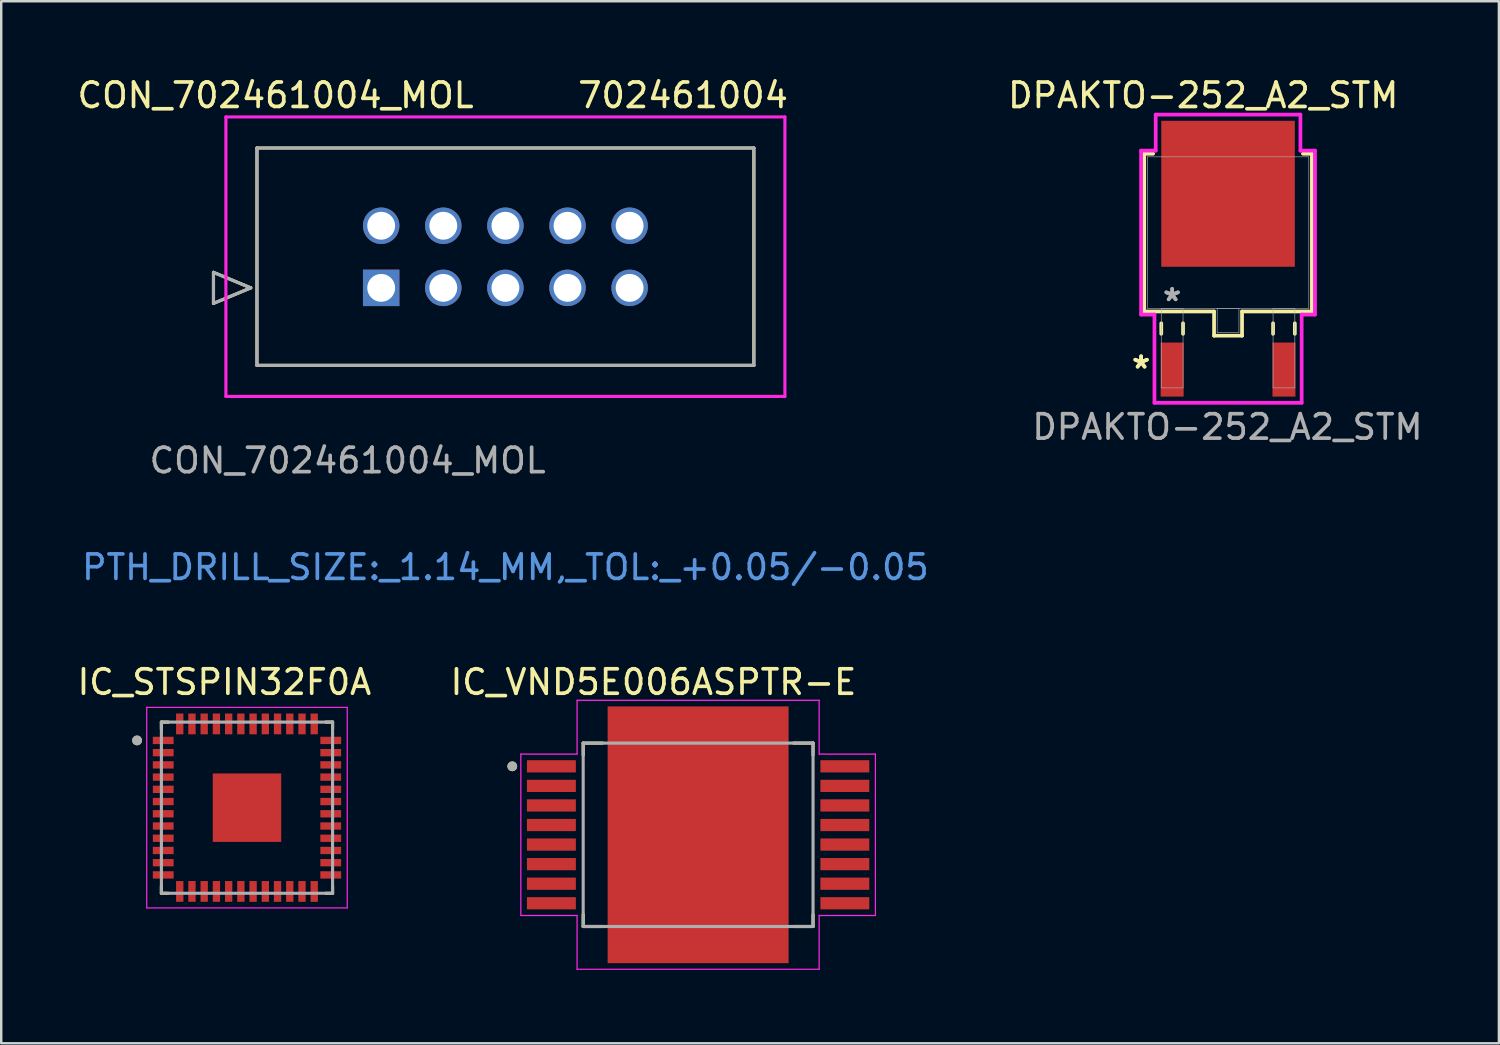
<source format=kicad_pcb>
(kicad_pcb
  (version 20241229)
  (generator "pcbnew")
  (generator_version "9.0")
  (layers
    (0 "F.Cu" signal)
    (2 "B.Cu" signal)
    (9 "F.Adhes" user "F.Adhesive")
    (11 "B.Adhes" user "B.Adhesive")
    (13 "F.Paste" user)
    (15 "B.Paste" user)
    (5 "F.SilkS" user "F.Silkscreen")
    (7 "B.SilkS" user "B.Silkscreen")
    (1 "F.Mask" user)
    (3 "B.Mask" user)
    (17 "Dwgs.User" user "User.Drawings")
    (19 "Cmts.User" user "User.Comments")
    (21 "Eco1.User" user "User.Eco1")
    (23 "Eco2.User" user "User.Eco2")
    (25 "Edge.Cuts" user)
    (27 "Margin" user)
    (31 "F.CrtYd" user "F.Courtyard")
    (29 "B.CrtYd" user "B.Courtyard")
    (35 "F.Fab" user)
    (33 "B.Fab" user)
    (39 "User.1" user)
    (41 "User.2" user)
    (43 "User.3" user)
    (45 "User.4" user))
  (footprint "DPAKTO-252_A2_STM"
    (layer "F.Cu")
    (at 47.17 6.462)
    (property "Reference" "DPAKTO-252_A2_STM" (at -1.016 -5.613 0) (unlocked yes) (layer "F.SilkS") (effects (font (size 1 1) (thickness 0.15))))
    (attr smd)
    (fp_line (start -3.429 -3.226) (end -3.429 3.226) (stroke (width 0.152) (type solid)) (layer "F.SilkS"))
    (fp_line (start -3.429 3.226) (end -0.572 3.226) (stroke (width 0.152) (type solid)) (layer "F.SilkS"))
    (fp_line (start -3.063 -3.226) (end -3.429 -3.226) (stroke (width 0.152) (type solid)) (layer "F.SilkS"))
    (fp_line (start -2.731 3.708) (end -2.731 4.14) (stroke (width 0.152) (type solid)) (layer "F.SilkS"))
    (fp_line (start -1.841 3.708) (end -1.841 4.14) (stroke (width 0.152) (type solid)) (layer "F.SilkS"))
    (fp_line (start -0.572 3.226) (end -0.572 4.216) (stroke (width 0.152) (type solid)) (layer "F.SilkS"))
    (fp_line (start -0.572 4.216) (end 0.572 4.216) (stroke (width 0.152) (type solid)) (layer "F.SilkS"))
    (fp_line (start 0.572 3.226) (end 3.429 3.226) (stroke (width 0.152) (type solid)) (layer "F.SilkS"))
    (fp_line (start 0.572 4.216) (end 0.572 3.226) (stroke (width 0.152) (type solid)) (layer "F.SilkS"))
    (fp_line (start 1.841 3.708) (end 1.841 4.14) (stroke (width 0.152) (type solid)) (layer "F.SilkS"))
    (fp_line (start 2.731 3.708) (end 2.731 4.14) (stroke (width 0.152) (type solid)) (layer "F.SilkS"))
    (fp_line (start 3.429 -3.226) (end 3.063 -3.226) (stroke (width 0.152) (type solid)) (layer "F.SilkS"))
    (fp_line (start 3.429 3.226) (end 3.429 -3.226) (stroke (width 0.152) (type solid)) (layer "F.SilkS"))
    (fp_line (start -3.556 -3.353) (end -2.959 -3.353) (stroke (width 0.152) (type solid)) (layer "F.CrtYd"))
    (fp_line (start -3.556 3.353) (end -3.556 -3.353) (stroke (width 0.152) (type solid)) (layer "F.CrtYd"))
    (fp_line (start -3.01 3.353) (end -3.556 3.353) (stroke (width 0.152) (type solid)) (layer "F.CrtYd"))
    (fp_line (start -3.01 6.96) (end -3.01 3.353) (stroke (width 0.152) (type solid)) (layer "F.CrtYd"))
    (fp_line (start -2.959 -4.826) (end 2.959 -4.826) (stroke (width 0.152) (type solid)) (layer "F.CrtYd"))
    (fp_line (start -2.959 -3.353) (end -2.959 -4.826) (stroke (width 0.152) (type solid)) (layer "F.CrtYd"))
    (fp_line (start 2.959 -4.826) (end 2.959 -3.353) (stroke (width 0.152) (type solid)) (layer "F.CrtYd"))
    (fp_line (start 2.959 -3.353) (end 3.556 -3.353) (stroke (width 0.152) (type solid)) (layer "F.CrtYd"))
    (fp_line (start 3.01 3.353) (end 3.01 6.96) (stroke (width 0.152) (type solid)) (layer "F.CrtYd"))
    (fp_line (start 3.01 6.96) (end -3.01 6.96) (stroke (width 0.152) (type solid)) (layer "F.CrtYd"))
    (fp_line (start 3.556 -3.353) (end 3.556 3.353) (stroke (width 0.152) (type solid)) (layer "F.CrtYd"))
    (fp_line (start 3.556 3.353) (end 3.01 3.353) (stroke (width 0.152) (type solid)) (layer "F.CrtYd"))
    (fp_line (start -3.302 -3.099) (end -3.302 3.099) (stroke (width 0.025) (type solid)) (layer "F.Fab"))
    (fp_line (start -3.302 3.099) (end 3.302 3.099) (stroke (width 0.025) (type solid)) (layer "F.Fab"))
    (fp_line (start -2.731 3.099) (end -2.731 6.35) (stroke (width 0.025) (type solid)) (layer "F.Fab"))
    (fp_line (start -2.731 6.35) (end -1.841 6.35) (stroke (width 0.025) (type solid)) (layer "F.Fab"))
    (fp_line (start -1.841 3.099) (end -2.731 3.099) (stroke (width 0.025) (type solid)) (layer "F.Fab"))
    (fp_line (start -1.841 6.35) (end -1.841 3.099) (stroke (width 0.025) (type solid)) (layer "F.Fab"))
    (fp_line (start -0.445 3.099) (end -0.445 4.089) (stroke (width 0.025) (type solid)) (layer "F.Fab"))
    (fp_line (start -0.445 4.089) (end 0.445 4.089) (stroke (width 0.025) (type solid)) (layer "F.Fab"))
    (fp_line (start 0.445 3.099) (end -0.445 3.099) (stroke (width 0.025) (type solid)) (layer "F.Fab"))
    (fp_line (start 0.445 4.089) (end 0.445 3.099) (stroke (width 0.025) (type solid)) (layer "F.Fab"))
    (fp_line (start 1.841 3.099) (end 1.841 6.35) (stroke (width 0.025) (type solid)) (layer "F.Fab"))
    (fp_line (start 1.841 6.35) (end 2.731 6.35) (stroke (width 0.025) (type solid)) (layer "F.Fab"))
    (fp_line (start 2.731 3.099) (end 1.841 3.099) (stroke (width 0.025) (type solid)) (layer "F.Fab"))
    (fp_line (start 2.731 6.35) (end 2.731 3.099) (stroke (width 0.025) (type solid)) (layer "F.Fab"))
    (fp_line (start 3.302 -3.099) (end -3.302 -3.099) (stroke (width 0.025) (type solid)) (layer "F.Fab"))
    (fp_line (start 3.302 3.099) (end 3.302 -3.099) (stroke (width 0.025) (type solid)) (layer "F.Fab"))
    (fp_text user "*" (at -3.556 5.601 0) (unlocked yes) (layer "F.SilkS") (effects (font (size 1 1) (thickness 0.15))))
    (fp_text user "*" (at -3.556 5.601 0) (layer "F.SilkS") (effects (font (size 1 1) (thickness 0.15))))
    (fp_text user "*" (at -2.286 2.845 0) (unlocked yes) (layer "F.Fab") (effects (font (size 1 1) (thickness 0.15))))
    (fp_text user "${REFERENCE}" (at -0.025 7.95 0) (unlocked yes) (layer "F.Fab") (effects (font (size 1 1) (thickness 0.15))))
    (fp_text user "*" (at -2.286 2.845 0) (layer "F.Fab") (effects (font (size 1 1) (thickness 0.15))))
    (pad "1" smd rect (at -2.286 5.601) (size 0.94 2.21) (layers "F.Cu" "F.Mask" "F.Paste"))
    (pad "2" smd rect (at 0 -1.587) (size 5.461 5.969) (layers "F.Cu" "F.Mask" "F.Paste"))
    (pad "3" smd rect (at 2.286 5.601) (size 0.94 2.21) (layers "F.Cu" "F.Mask" "F.Paste")))
  (footprint "IC_STSPIN32F0A"
    (layer "F.Cu")
    (at 7.05 29.979)
    (property "Reference" "IC_STSPIN32F0A" (at -0.925 -5.135 0) (layer "F.SilkS") (effects (font (size 1 1) (thickness 0.15))))
    (attr smd)
    (fp_line (start -3.5 -3.5) (end -3.5 -3.22) (stroke (width 0.127) (type solid)) (layer "F.SilkS"))
    (fp_line (start -3.5 -3.5) (end -3.22 -3.5) (stroke (width 0.127) (type solid)) (layer "F.SilkS"))
    (fp_line (start -3.5 3.5) (end -3.5 3.22) (stroke (width 0.127) (type solid)) (layer "F.SilkS"))
    (fp_line (start -3.5 3.5) (end -3.22 3.5) (stroke (width 0.127) (type solid)) (layer "F.SilkS"))
    (fp_line (start 3.5 -3.5) (end 3.22 -3.5) (stroke (width 0.127) (type solid)) (layer "F.SilkS"))
    (fp_line (start 3.5 -3.5) (end 3.5 -3.22) (stroke (width 0.127) (type solid)) (layer "F.SilkS"))
    (fp_line (start 3.5 3.5) (end 3.22 3.5) (stroke (width 0.127) (type solid)) (layer "F.SilkS"))
    (fp_line (start 3.5 3.5) (end 3.5 3.22) (stroke (width 0.127) (type solid)) (layer "F.SilkS"))
    (fp_circle (center -4.495 -2.75) (end -4.395 -2.75) (stroke (width 0.2) (type solid)) (fill no) (layer "F.SilkS"))
    (fp_poly (pts (xy -0.885 -0.885) (xy 0.885 -0.885) (xy 0.885 0.885) (xy -0.885 0.885)) (stroke (width 0.01) (type solid)) (fill yes) (layer "F.Paste"))
    (fp_line (start -4.1 -4.1) (end 4.1 -4.1) (stroke (width 0.05) (type solid)) (layer "F.CrtYd"))
    (fp_line (start -4.1 4.1) (end -4.1 -4.1) (stroke (width 0.05) (type solid)) (layer "F.CrtYd"))
    (fp_line (start -4.1 4.1) (end 4.1 4.1) (stroke (width 0.05) (type solid)) (layer "F.CrtYd"))
    (fp_line (start 4.1 4.1) (end 4.1 -4.1) (stroke (width 0.05) (type solid)) (layer "F.CrtYd"))
    (fp_line (start -3.5 3.5) (end -3.5 -3.5) (stroke (width 0.127) (type solid)) (layer "F.Fab"))
    (fp_line (start 3.5 -3.5) (end -3.5 -3.5) (stroke (width 0.127) (type solid)) (layer "F.Fab"))
    (fp_line (start 3.5 3.5) (end -3.5 3.5) (stroke (width 0.127) (type solid)) (layer "F.Fab"))
    (fp_line (start 3.5 3.5) (end 3.5 -3.5) (stroke (width 0.127) (type solid)) (layer "F.Fab"))
    (fp_circle (center -4.495 -2.75) (end -4.395 -2.75) (stroke (width 0.2) (type solid)) (fill no) (layer "F.Fab"))
    (pad "1" smd rect (at -3.425 -2.75) (size 0.85 0.3) (layers "F.Cu" "F.Mask" "F.Paste"))
    (pad "2" smd rect (at -3.425 -2.25) (size 0.85 0.3) (layers "F.Cu" "F.Mask" "F.Paste"))
    (pad "3" smd rect (at -3.425 -1.75) (size 0.85 0.3) (layers "F.Cu" "F.Mask" "F.Paste"))
    (pad "4" smd rect (at -3.425 -1.25) (size 0.85 0.3) (layers "F.Cu" "F.Mask" "F.Paste"))
    (pad "5" smd rect (at -3.425 -0.75) (size 0.85 0.3) (layers "F.Cu" "F.Mask" "F.Paste"))
    (pad "6" smd rect (at -3.425 -0.25) (size 0.85 0.3) (layers "F.Cu" "F.Mask" "F.Paste"))
    (pad "7" smd rect (at -3.425 0.25) (size 0.85 0.3) (layers "F.Cu" "F.Mask" "F.Paste"))
    (pad "8" smd rect (at -3.425 0.75) (size 0.85 0.3) (layers "F.Cu" "F.Mask" "F.Paste"))
    (pad "9" smd rect (at -3.425 1.25) (size 0.85 0.3) (layers "F.Cu" "F.Mask" "F.Paste"))
    (pad "10" smd rect (at -3.425 1.75) (size 0.85 0.3) (layers "F.Cu" "F.Mask" "F.Paste"))
    (pad "11" smd rect (at -3.425 2.25) (size 0.85 0.3) (layers "F.Cu" "F.Mask" "F.Paste"))
    (pad "12" smd rect (at -3.425 2.75) (size 0.85 0.3) (layers "F.Cu" "F.Mask" "F.Paste"))
    (pad "13" smd rect (at -2.75 3.425) (size 0.3 0.85) (layers "F.Cu" "F.Mask" "F.Paste"))
    (pad "14" smd rect (at -2.25 3.425) (size 0.3 0.85) (layers "F.Cu" "F.Mask" "F.Paste"))
    (pad "15" smd rect (at -1.75 3.425) (size 0.3 0.85) (layers "F.Cu" "F.Mask" "F.Paste"))
    (pad "16" smd rect (at -1.25 3.425) (size 0.3 0.85) (layers "F.Cu" "F.Mask" "F.Paste"))
    (pad "17" smd rect (at -0.75 3.425) (size 0.3 0.85) (layers "F.Cu" "F.Mask" "F.Paste"))
    (pad "18" smd rect (at -0.25 3.425) (size 0.3 0.85) (layers "F.Cu" "F.Mask" "F.Paste"))
    (pad "19" smd rect (at 0.25 3.425) (size 0.3 0.85) (layers "F.Cu" "F.Mask" "F.Paste"))
    (pad "20" smd rect (at 0.75 3.425) (size 0.3 0.85) (layers "F.Cu" "F.Mask" "F.Paste"))
    (pad "21" smd rect (at 1.25 3.425) (size 0.3 0.85) (layers "F.Cu" "F.Mask" "F.Paste"))
    (pad "22" smd rect (at 1.75 3.425) (size 0.3 0.85) (layers "F.Cu" "F.Mask" "F.Paste"))
    (pad "23" smd rect (at 2.25 3.425) (size 0.3 0.85) (layers "F.Cu" "F.Mask" "F.Paste"))
    (pad "24" smd rect (at 2.75 3.425) (size 0.3 0.85) (layers "F.Cu" "F.Mask" "F.Paste"))
    (pad "25" smd rect (at 3.425 2.75) (size 0.85 0.3) (layers "F.Cu" "F.Mask" "F.Paste"))
    (pad "26" smd rect (at 3.425 2.25) (size 0.85 0.3) (layers "F.Cu" "F.Mask" "F.Paste"))
    (pad "27" smd rect (at 3.425 1.75) (size 0.85 0.3) (layers "F.Cu" "F.Mask" "F.Paste"))
    (pad "28" smd rect (at 3.425 1.25) (size 0.85 0.3) (layers "F.Cu" "F.Mask" "F.Paste"))
    (pad "29" smd rect (at 3.425 0.75) (size 0.85 0.3) (layers "F.Cu" "F.Mask" "F.Paste"))
    (pad "30" smd rect (at 3.425 0.25) (size 0.85 0.3) (layers "F.Cu" "F.Mask" "F.Paste"))
    (pad "31" smd rect (at 3.425 -0.25) (size 0.85 0.3) (layers "F.Cu" "F.Mask" "F.Paste"))
    (pad "32" smd rect (at 3.425 -0.75) (size 0.85 0.3) (layers "F.Cu" "F.Mask" "F.Paste"))
    (pad "33" smd rect (at 3.425 -1.25) (size 0.85 0.3) (layers "F.Cu" "F.Mask" "F.Paste"))
    (pad "34" smd rect (at 3.425 -1.75) (size 0.85 0.3) (layers "F.Cu" "F.Mask" "F.Paste"))
    (pad "35" smd rect (at 3.425 -2.25) (size 0.85 0.3) (layers "F.Cu" "F.Mask" "F.Paste"))
    (pad "36" smd rect (at 3.425 -2.75) (size 0.85 0.3) (layers "F.Cu" "F.Mask" "F.Paste"))
    (pad "37" smd rect (at 2.75 -3.425) (size 0.3 0.85) (layers "F.Cu" "F.Mask" "F.Paste"))
    (pad "38" smd rect (at 2.25 -3.425) (size 0.3 0.85) (layers "F.Cu" "F.Mask" "F.Paste"))
    (pad "39" smd rect (at 1.75 -3.425) (size 0.3 0.85) (layers "F.Cu" "F.Mask" "F.Paste"))
    (pad "40" smd rect (at 1.25 -3.425) (size 0.3 0.85) (layers "F.Cu" "F.Mask" "F.Paste"))
    (pad "41" smd rect (at 0.75 -3.425) (size 0.3 0.85) (layers "F.Cu" "F.Mask" "F.Paste"))
    (pad "42" smd rect (at 0.25 -3.425) (size 0.3 0.85) (layers "F.Cu" "F.Mask" "F.Paste"))
    (pad "43" smd rect (at -0.25 -3.425) (size 0.3 0.85) (layers "F.Cu" "F.Mask" "F.Paste"))
    (pad "44" smd rect (at -0.75 -3.425) (size 0.3 0.85) (layers "F.Cu" "F.Mask" "F.Paste"))
    (pad "45" smd rect (at -1.25 -3.425) (size 0.3 0.85) (layers "F.Cu" "F.Mask" "F.Paste"))
    (pad "46" smd rect (at -1.75 -3.425) (size 0.3 0.85) (layers "F.Cu" "F.Mask" "F.Paste"))
    (pad "47" smd rect (at -2.25 -3.425) (size 0.3 0.85) (layers "F.Cu" "F.Mask" "F.Paste"))
    (pad "48" smd rect (at -2.75 -3.425) (size 0.3 0.85) (layers "F.Cu" "F.Mask" "F.Paste"))
    (pad "49" smd rect (at 0 0) (size 2.8 2.8) (layers "F.Cu" "F.Mask")))
  (footprint "IC_VND5E006ASPTR-E"
    (layer "F.Cu")
    (at 25.499 31.088)
    (property "Reference" "IC_VND5E006ASPTR-E" (at -1.827 -6.243 0) (layer "F.SilkS") (effects (font (size 1.001 1.001) (thickness 0.15))))
    (attr smd)
    (fp_line (start -4.7 -3.75) (end -4.7 -3.26) (stroke (width 0.127) (type solid)) (layer "F.SilkS"))
    (fp_line (start -4.7 3.75) (end -4.7 3.26) (stroke (width 0.127) (type solid)) (layer "F.SilkS"))
    (fp_line (start -3.9 -3.75) (end -4.7 -3.75) (stroke (width 0.127) (type solid)) (layer "F.SilkS"))
    (fp_line (start -3.9 3.75) (end -4.7 3.75) (stroke (width 0.127) (type solid)) (layer "F.SilkS"))
    (fp_line (start 3.9 -3.75) (end 4.7 -3.75) (stroke (width 0.127) (type solid)) (layer "F.SilkS"))
    (fp_line (start 3.9 3.75) (end 4.7 3.75) (stroke (width 0.127) (type solid)) (layer "F.SilkS"))
    (fp_line (start 4.7 -3.75) (end 4.7 -3.26) (stroke (width 0.127) (type solid)) (layer "F.SilkS"))
    (fp_line (start 4.7 3.75) (end 4.7 3.26) (stroke (width 0.127) (type solid)) (layer "F.SilkS"))
    (fp_circle (center -7.6 -2.8) (end -7.5 -2.8) (stroke (width 0.2) (type solid)) (fill no) (layer "F.SilkS"))
    (fp_poly (pts (xy -2.342 -3.32) (xy 2.34 -3.32) (xy 2.34 3.323) (xy -2.342 3.323)) (stroke (width 0.01) (type solid)) (fill yes) (layer "F.Paste"))
    (fp_line (start -7.25 -3.3) (end -4.95 -3.3) (stroke (width 0.05) (type solid)) (layer "F.CrtYd"))
    (fp_line (start -7.25 3.3) (end -7.25 -3.3) (stroke (width 0.05) (type solid)) (layer "F.CrtYd"))
    (fp_line (start -4.95 -5.5) (end 4.95 -5.5) (stroke (width 0.05) (type solid)) (layer "F.CrtYd"))
    (fp_line (start -4.95 -3.3) (end -4.95 -5.5) (stroke (width 0.05) (type solid)) (layer "F.CrtYd"))
    (fp_line (start -4.95 3.3) (end -7.25 3.3) (stroke (width 0.05) (type solid)) (layer "F.CrtYd"))
    (fp_line (start -4.95 5.5) (end -4.95 3.3) (stroke (width 0.05) (type solid)) (layer "F.CrtYd"))
    (fp_line (start 4.95 -5.5) (end 4.95 -3.3) (stroke (width 0.05) (type solid)) (layer "F.CrtYd"))
    (fp_line (start 4.95 -3.3) (end 7.25 -3.3) (stroke (width 0.05) (type solid)) (layer "F.CrtYd"))
    (fp_line (start 4.95 3.3) (end 4.95 5.5) (stroke (width 0.05) (type solid)) (layer "F.CrtYd"))
    (fp_line (start 4.95 5.5) (end -4.95 5.5) (stroke (width 0.05) (type solid)) (layer "F.CrtYd"))
    (fp_line (start 7.25 -3.3) (end 7.25 3.3) (stroke (width 0.05) (type solid)) (layer "F.CrtYd"))
    (fp_line (start 7.25 3.3) (end 4.95 3.3) (stroke (width 0.05) (type solid)) (layer "F.CrtYd"))
    (fp_line (start -4.7 -3.75) (end 4.7 -3.75) (stroke (width 0.127) (type solid)) (layer "F.Fab"))
    (fp_line (start -4.7 3.75) (end -4.7 -3.75) (stroke (width 0.127) (type solid)) (layer "F.Fab"))
    (fp_line (start 4.7 -3.75) (end 4.7 3.75) (stroke (width 0.127) (type solid)) (layer "F.Fab"))
    (fp_line (start 4.7 3.75) (end -4.7 3.75) (stroke (width 0.127) (type solid)) (layer "F.Fab"))
    (fp_circle (center -7.6 -2.8) (end -7.5 -2.8) (stroke (width 0.2) (type solid)) (fill no) (layer "F.Fab"))
    (pad "1" smd rect (at -6 -2.8) (size 2 0.5) (layers "F.Cu" "F.Mask" "F.Paste"))
    (pad "2" smd rect (at -6 -2) (size 2 0.5) (layers "F.Cu" "F.Mask" "F.Paste"))
    (pad "3" smd rect (at -6 -1.2) (size 2 0.5) (layers "F.Cu" "F.Mask" "F.Paste"))
    (pad "4" smd rect (at -6 -0.4) (size 2 0.5) (layers "F.Cu" "F.Mask" "F.Paste"))
    (pad "5" smd rect (at -6 0.4) (size 2 0.5) (layers "F.Cu" "F.Mask" "F.Paste"))
    (pad "6" smd rect (at -6 1.2) (size 2 0.5) (layers "F.Cu" "F.Mask" "F.Paste"))
    (pad "7" smd rect (at -6 2) (size 2 0.5) (layers "F.Cu" "F.Mask" "F.Paste"))
    (pad "8" smd rect (at -6 2.8) (size 2 0.5) (layers "F.Cu" "F.Mask" "F.Paste"))
    (pad "9" smd rect (at 6 2.8 180) (size 2 0.5) (layers "F.Cu" "F.Mask" "F.Paste"))
    (pad "10" smd rect (at 6 2 180) (size 2 0.5) (layers "F.Cu" "F.Mask" "F.Paste"))
    (pad "11" smd rect (at 6 1.2 180) (size 2 0.5) (layers "F.Cu" "F.Mask" "F.Paste"))
    (pad "12" smd rect (at 6 0.4 180) (size 2 0.5) (layers "F.Cu" "F.Mask" "F.Paste"))
    (pad "13" smd rect (at 6 -0.4 180) (size 2 0.5) (layers "F.Cu" "F.Mask" "F.Paste"))
    (pad "14" smd rect (at 6 -1.2 180) (size 2 0.5) (layers "F.Cu" "F.Mask" "F.Paste"))
    (pad "15" smd rect (at 6 -2 180) (size 2 0.5) (layers "F.Cu" "F.Mask" "F.Paste"))
    (pad "16" smd rect (at 6 -2.8 180) (size 2 0.5) (layers "F.Cu" "F.Mask" "F.Paste"))
    (pad "17" smd rect (at 0 0 180) (size 7.4 10.5) (layers "F.Cu" "F.Mask")))
  (footprint "CON_702461004_MOL"
    (layer "F.Cu")
    (at 12.538 8.722)
    (property "Reference" "CON_702461004_MOL" (at -4.318 -7.874 0) (unlocked yes) (layer "F.SilkS") (effects (font (size 1 1) (thickness 0.15))))
    (attr through_hole)
    (fp_line (start -6.858 -0.635) (end -6.858 0.635) (stroke (width 0.127) (type solid)) (layer "F.SilkS"))
    (fp_line (start -6.858 0.635) (end -5.334 0) (stroke (width 0.127) (type solid)) (layer "F.SilkS"))
    (fp_line (start -5.334 0) (end -6.858 -0.635) (stroke (width 0.127) (type solid)) (layer "F.SilkS"))
    (fp_line (start -5.08 -5.72) (end -5.08 3.17) (stroke (width 0.127) (type solid)) (layer "F.SilkS"))
    (fp_line (start -5.08 3.17) (end 15.24 3.17) (stroke (width 0.127) (type solid)) (layer "F.SilkS"))
    (fp_line (start 15.24 -5.72) (end -5.08 -5.72) (stroke (width 0.127) (type solid)) (layer "F.SilkS"))
    (fp_line (start 15.24 3.17) (end 15.24 -5.72) (stroke (width 0.127) (type solid)) (layer "F.SilkS"))
    (fp_line (start -6.35 -6.99) (end -6.35 4.44) (stroke (width 0.127) (type solid)) (layer "F.CrtYd"))
    (fp_line (start -6.35 4.44) (end 16.51 4.44) (stroke (width 0.127) (type solid)) (layer "F.CrtYd"))
    (fp_line (start 16.51 -6.99) (end -6.35 -6.99) (stroke (width 0.127) (type solid)) (layer "F.CrtYd"))
    (fp_line (start 16.51 4.44) (end 16.51 -6.99) (stroke (width 0.127) (type solid)) (layer "F.CrtYd"))
    (fp_line (start -6.858 -0.635) (end -6.858 0.635) (stroke (width 0.127) (type solid)) (layer "F.Fab"))
    (fp_line (start -6.858 0.635) (end -5.334 0) (stroke (width 0.127) (type solid)) (layer "F.Fab"))
    (fp_line (start -5.334 0) (end -6.858 -0.635) (stroke (width 0.127) (type solid)) (layer "F.Fab"))
    (fp_line (start -5.08 -5.72) (end -5.08 3.17) (stroke (width 0.127) (type solid)) (layer "F.Fab"))
    (fp_line (start -5.08 3.17) (end 15.24 3.17) (stroke (width 0.127) (type solid)) (layer "F.Fab"))
    (fp_line (start 15.24 -5.72) (end -5.08 -5.72) (stroke (width 0.127) (type solid)) (layer "F.Fab"))
    (fp_line (start 15.24 3.17) (end 15.24 -5.72) (stroke (width 0.127) (type solid)) (layer "F.Fab"))
    (fp_text user "702461004" (at 12.344 -7.874 0) (unlocked yes) (layer "F.SilkS") (effects (font (size 1 1) (thickness 0.15))))
    (fp_text user "PTH_DRILL_SIZE:_1.14_MM,_TOL:_+0.05/-0.05" (at 5.08 11.425 0) (unlocked yes) (layer "Cmts.User") (effects (font (size 1 1) (thickness 0.15))))
    (fp_text user "${REFERENCE}" (at -1.372 7.061 0) (unlocked yes) (layer "F.Fab") (effects (font (size 1 1) (thickness 0.15))))
    (pad "1" thru_hole rect (at 0 0) (size 1.49 1.49) (drill 1.14) (layers "*.Cu" "*.Mask"))
    (pad "2" thru_hole circle (at 0 -2.54) (size 1.49 1.49) (drill 1.14) (layers "*.Cu" "*.Mask"))
    (pad "3" thru_hole circle (at 2.54 0 90) (size 1.49 1.49) (drill 1.14) (layers "*.Cu" "*.Mask"))
    (pad "4" thru_hole circle (at 2.54 -2.54 90) (size 1.49 1.49) (drill 1.14) (layers "*.Cu" "*.Mask"))
    (pad "5" thru_hole circle (at 5.08 0 90) (size 1.49 1.49) (drill 1.14) (layers "*.Cu" "*.Mask"))
    (pad "6" thru_hole circle (at 5.08 -2.54 90) (size 1.49 1.49) (drill 1.14) (layers "*.Cu" "*.Mask"))
    (pad "7" thru_hole circle (at 7.62 0 90) (size 1.49 1.49) (drill 1.14) (layers "*.Cu" "*.Mask"))
    (pad "8" thru_hole circle (at 7.62 -2.54 90) (size 1.49 1.49) (drill 1.14) (layers "*.Cu" "*.Mask"))
    (pad "9" thru_hole circle (at 10.16 0 90) (size 1.49 1.49) (drill 1.14) (layers "*.Cu" "*.Mask"))
    (pad "10" thru_hole circle (at 10.16 -2.54 90) (size 1.49 1.49) (drill 1.14) (layers "*.Cu" "*.Mask")))
  (gr_rect
    (start -3 -3)
    (end 58.246 39.613)
    (stroke (width 0.1) (type default))
    (fill no)
    (layer "Edge.Cuts")))
</source>
